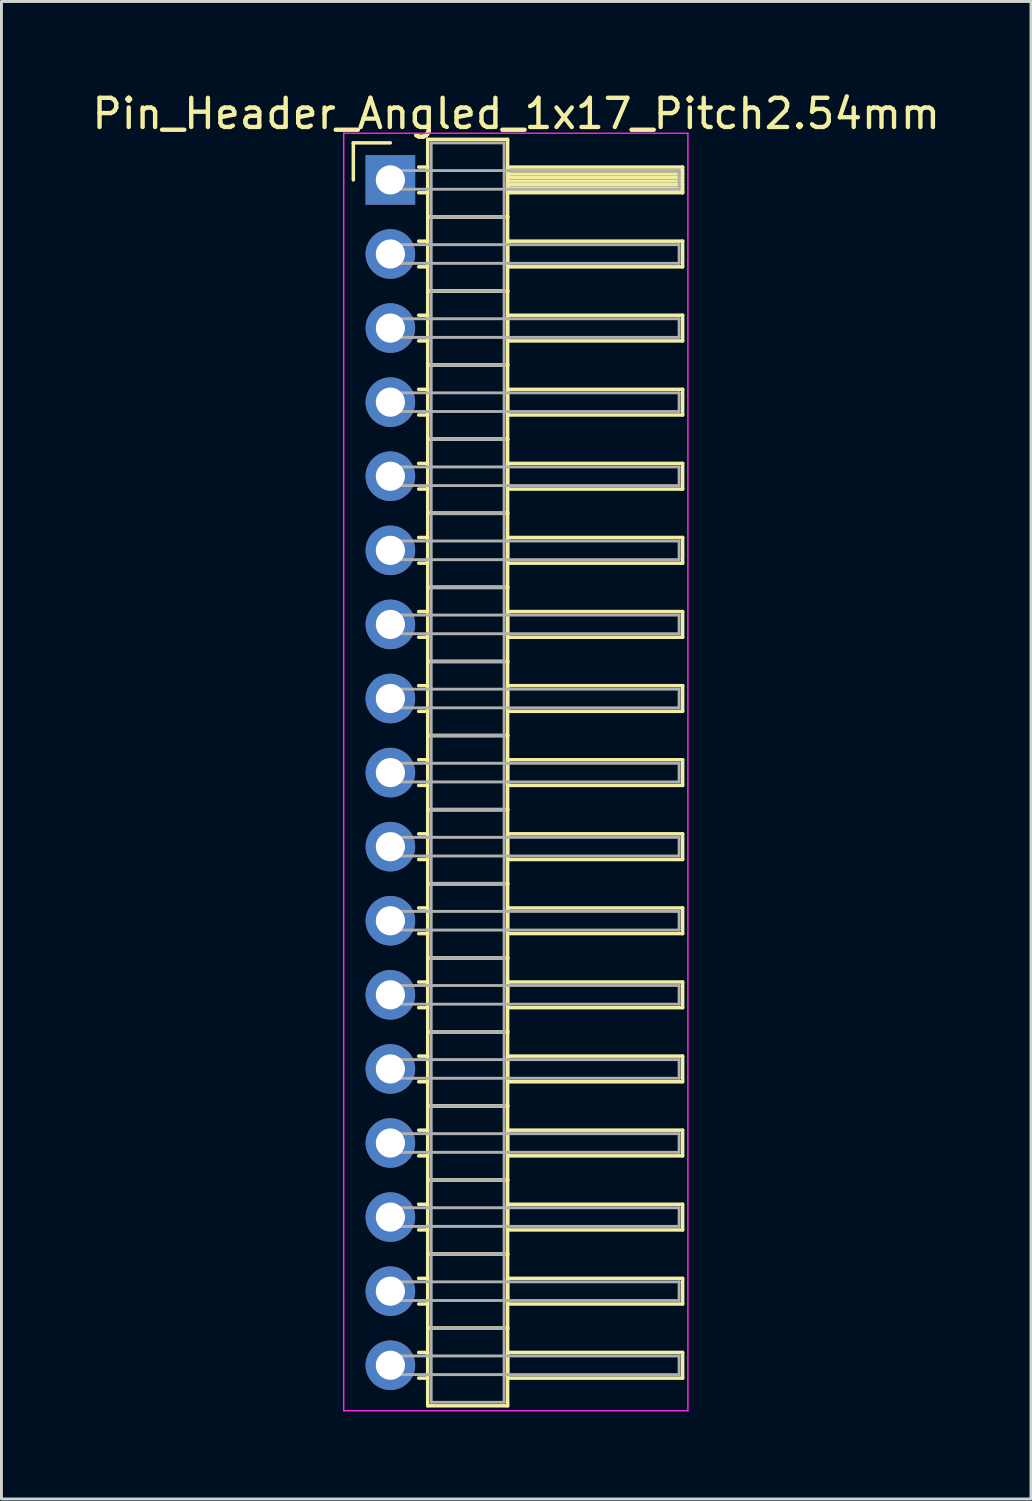
<source format=kicad_pcb>
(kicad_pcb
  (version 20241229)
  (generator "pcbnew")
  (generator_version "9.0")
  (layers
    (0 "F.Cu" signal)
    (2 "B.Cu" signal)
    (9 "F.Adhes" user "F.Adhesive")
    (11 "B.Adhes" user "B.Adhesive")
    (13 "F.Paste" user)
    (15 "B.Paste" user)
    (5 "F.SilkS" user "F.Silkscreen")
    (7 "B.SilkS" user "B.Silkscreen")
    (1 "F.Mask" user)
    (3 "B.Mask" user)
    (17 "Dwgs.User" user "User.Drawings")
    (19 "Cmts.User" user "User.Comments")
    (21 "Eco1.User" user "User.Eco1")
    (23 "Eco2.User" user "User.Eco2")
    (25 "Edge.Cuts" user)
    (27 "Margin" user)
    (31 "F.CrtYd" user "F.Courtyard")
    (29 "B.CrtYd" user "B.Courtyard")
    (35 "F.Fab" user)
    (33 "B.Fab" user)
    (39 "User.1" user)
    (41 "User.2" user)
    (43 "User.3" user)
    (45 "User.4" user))
  (footprint "Pin_Header_Angled_1x17_Pitch2.54mm"
    (layer "F.Cu")
    (at 10.334 3.118)
    (property "Reference" "Pin_Header_Angled_1x17_Pitch2.54mm" (at 4.315 -2.27 0) (layer "F.SilkS") (effects (font (size 1 1) (thickness 0.15))))
    (attr through_hole)
    (fp_line (start -1.27 -1.27) (end 0 -1.27) (stroke (width 0.12) (type solid)) (layer "F.SilkS"))
    (fp_line (start -1.27 0) (end -1.27 -1.27) (stroke (width 0.12) (type solid)) (layer "F.SilkS"))
    (fp_line (start 0.97 -0.44) (end 1.28 -0.44) (stroke (width 0.12) (type solid)) (layer "F.SilkS"))
    (fp_line (start 0.97 0.44) (end 1.28 0.44) (stroke (width 0.12) (type solid)) (layer "F.SilkS"))
    (fp_line (start 0.97 2.1) (end 1.28 2.1) (stroke (width 0.12) (type solid)) (layer "F.SilkS"))
    (fp_line (start 0.97 2.98) (end 1.28 2.98) (stroke (width 0.12) (type solid)) (layer "F.SilkS"))
    (fp_line (start 0.97 4.64) (end 1.28 4.64) (stroke (width 0.12) (type solid)) (layer "F.SilkS"))
    (fp_line (start 0.97 5.52) (end 1.28 5.52) (stroke (width 0.12) (type solid)) (layer "F.SilkS"))
    (fp_line (start 0.97 7.18) (end 1.28 7.18) (stroke (width 0.12) (type solid)) (layer "F.SilkS"))
    (fp_line (start 0.97 8.06) (end 1.28 8.06) (stroke (width 0.12) (type solid)) (layer "F.SilkS"))
    (fp_line (start 0.97 9.72) (end 1.28 9.72) (stroke (width 0.12) (type solid)) (layer "F.SilkS"))
    (fp_line (start 0.97 10.6) (end 1.28 10.6) (stroke (width 0.12) (type solid)) (layer "F.SilkS"))
    (fp_line (start 0.97 12.26) (end 1.28 12.26) (stroke (width 0.12) (type solid)) (layer "F.SilkS"))
    (fp_line (start 0.97 13.14) (end 1.28 13.14) (stroke (width 0.12) (type solid)) (layer "F.SilkS"))
    (fp_line (start 0.97 14.8) (end 1.28 14.8) (stroke (width 0.12) (type solid)) (layer "F.SilkS"))
    (fp_line (start 0.97 15.68) (end 1.28 15.68) (stroke (width 0.12) (type solid)) (layer "F.SilkS"))
    (fp_line (start 0.97 17.34) (end 1.28 17.34) (stroke (width 0.12) (type solid)) (layer "F.SilkS"))
    (fp_line (start 0.97 18.22) (end 1.28 18.22) (stroke (width 0.12) (type solid)) (layer "F.SilkS"))
    (fp_line (start 0.97 19.88) (end 1.28 19.88) (stroke (width 0.12) (type solid)) (layer "F.SilkS"))
    (fp_line (start 0.97 20.76) (end 1.28 20.76) (stroke (width 0.12) (type solid)) (layer "F.SilkS"))
    (fp_line (start 0.97 22.42) (end 1.28 22.42) (stroke (width 0.12) (type solid)) (layer "F.SilkS"))
    (fp_line (start 0.97 23.3) (end 1.28 23.3) (stroke (width 0.12) (type solid)) (layer "F.SilkS"))
    (fp_line (start 0.97 24.96) (end 1.28 24.96) (stroke (width 0.12) (type solid)) (layer "F.SilkS"))
    (fp_line (start 0.97 25.84) (end 1.28 25.84) (stroke (width 0.12) (type solid)) (layer "F.SilkS"))
    (fp_line (start 0.97 27.5) (end 1.28 27.5) (stroke (width 0.12) (type solid)) (layer "F.SilkS"))
    (fp_line (start 0.97 28.38) (end 1.28 28.38) (stroke (width 0.12) (type solid)) (layer "F.SilkS"))
    (fp_line (start 0.97 30.04) (end 1.28 30.04) (stroke (width 0.12) (type solid)) (layer "F.SilkS"))
    (fp_line (start 0.97 30.92) (end 1.28 30.92) (stroke (width 0.12) (type solid)) (layer "F.SilkS"))
    (fp_line (start 0.97 32.58) (end 1.28 32.58) (stroke (width 0.12) (type solid)) (layer "F.SilkS"))
    (fp_line (start 0.97 33.46) (end 1.28 33.46) (stroke (width 0.12) (type solid)) (layer "F.SilkS"))
    (fp_line (start 0.97 35.12) (end 1.28 35.12) (stroke (width 0.12) (type solid)) (layer "F.SilkS"))
    (fp_line (start 0.97 36) (end 1.28 36) (stroke (width 0.12) (type solid)) (layer "F.SilkS"))
    (fp_line (start 0.97 37.66) (end 1.28 37.66) (stroke (width 0.12) (type solid)) (layer "F.SilkS"))
    (fp_line (start 0.97 38.54) (end 1.28 38.54) (stroke (width 0.12) (type solid)) (layer "F.SilkS"))
    (fp_line (start 0.97 40.2) (end 1.28 40.2) (stroke (width 0.12) (type solid)) (layer "F.SilkS"))
    (fp_line (start 0.97 41.08) (end 1.28 41.08) (stroke (width 0.12) (type solid)) (layer "F.SilkS"))
    (fp_line (start 1.28 -1.39) (end 1.28 1.27) (stroke (width 0.12) (type solid)) (layer "F.SilkS"))
    (fp_line (start 1.28 1.27) (end 1.28 3.81) (stroke (width 0.12) (type solid)) (layer "F.SilkS"))
    (fp_line (start 1.28 1.27) (end 4.02 1.27) (stroke (width 0.12) (type solid)) (layer "F.SilkS"))
    (fp_line (start 1.28 3.81) (end 1.28 6.35) (stroke (width 0.12) (type solid)) (layer "F.SilkS"))
    (fp_line (start 1.28 3.81) (end 4.02 3.81) (stroke (width 0.12) (type solid)) (layer "F.SilkS"))
    (fp_line (start 1.28 6.35) (end 1.28 8.89) (stroke (width 0.12) (type solid)) (layer "F.SilkS"))
    (fp_line (start 1.28 6.35) (end 4.02 6.35) (stroke (width 0.12) (type solid)) (layer "F.SilkS"))
    (fp_line (start 1.28 8.89) (end 1.28 11.43) (stroke (width 0.12) (type solid)) (layer "F.SilkS"))
    (fp_line (start 1.28 8.89) (end 4.02 8.89) (stroke (width 0.12) (type solid)) (layer "F.SilkS"))
    (fp_line (start 1.28 11.43) (end 1.28 13.97) (stroke (width 0.12) (type solid)) (layer "F.SilkS"))
    (fp_line (start 1.28 11.43) (end 4.02 11.43) (stroke (width 0.12) (type solid)) (layer "F.SilkS"))
    (fp_line (start 1.28 13.97) (end 1.28 16.51) (stroke (width 0.12) (type solid)) (layer "F.SilkS"))
    (fp_line (start 1.28 13.97) (end 4.02 13.97) (stroke (width 0.12) (type solid)) (layer "F.SilkS"))
    (fp_line (start 1.28 16.51) (end 1.28 19.05) (stroke (width 0.12) (type solid)) (layer "F.SilkS"))
    (fp_line (start 1.28 16.51) (end 4.02 16.51) (stroke (width 0.12) (type solid)) (layer "F.SilkS"))
    (fp_line (start 1.28 19.05) (end 1.28 21.59) (stroke (width 0.12) (type solid)) (layer "F.SilkS"))
    (fp_line (start 1.28 19.05) (end 4.02 19.05) (stroke (width 0.12) (type solid)) (layer "F.SilkS"))
    (fp_line (start 1.28 21.59) (end 1.28 24.13) (stroke (width 0.12) (type solid)) (layer "F.SilkS"))
    (fp_line (start 1.28 21.59) (end 4.02 21.59) (stroke (width 0.12) (type solid)) (layer "F.SilkS"))
    (fp_line (start 1.28 24.13) (end 1.28 26.67) (stroke (width 0.12) (type solid)) (layer "F.SilkS"))
    (fp_line (start 1.28 24.13) (end 4.02 24.13) (stroke (width 0.12) (type solid)) (layer "F.SilkS"))
    (fp_line (start 1.28 26.67) (end 1.28 29.21) (stroke (width 0.12) (type solid)) (layer "F.SilkS"))
    (fp_line (start 1.28 26.67) (end 4.02 26.67) (stroke (width 0.12) (type solid)) (layer "F.SilkS"))
    (fp_line (start 1.28 29.21) (end 1.28 31.75) (stroke (width 0.12) (type solid)) (layer "F.SilkS"))
    (fp_line (start 1.28 29.21) (end 4.02 29.21) (stroke (width 0.12) (type solid)) (layer "F.SilkS"))
    (fp_line (start 1.28 31.75) (end 1.28 34.29) (stroke (width 0.12) (type solid)) (layer "F.SilkS"))
    (fp_line (start 1.28 31.75) (end 4.02 31.75) (stroke (width 0.12) (type solid)) (layer "F.SilkS"))
    (fp_line (start 1.28 34.29) (end 1.28 36.83) (stroke (width 0.12) (type solid)) (layer "F.SilkS"))
    (fp_line (start 1.28 34.29) (end 4.02 34.29) (stroke (width 0.12) (type solid)) (layer "F.SilkS"))
    (fp_line (start 1.28 36.83) (end 1.28 39.37) (stroke (width 0.12) (type solid)) (layer "F.SilkS"))
    (fp_line (start 1.28 36.83) (end 4.02 36.83) (stroke (width 0.12) (type solid)) (layer "F.SilkS"))
    (fp_line (start 1.28 39.37) (end 1.28 42.03) (stroke (width 0.12) (type solid)) (layer "F.SilkS"))
    (fp_line (start 1.28 39.37) (end 4.02 39.37) (stroke (width 0.12) (type solid)) (layer "F.SilkS"))
    (fp_line (start 1.28 42.03) (end 4.02 42.03) (stroke (width 0.12) (type solid)) (layer "F.SilkS"))
    (fp_line (start 4.02 -1.39) (end 1.28 -1.39) (stroke (width 0.12) (type solid)) (layer "F.SilkS"))
    (fp_line (start 4.02 -0.44) (end 4.02 0.44) (stroke (width 0.12) (type solid)) (layer "F.SilkS"))
    (fp_line (start 4.02 -0.32) (end 10.02 -0.32) (stroke (width 0.12) (type solid)) (layer "F.SilkS"))
    (fp_line (start 4.02 -0.2) (end 10.02 -0.2) (stroke (width 0.12) (type solid)) (layer "F.SilkS"))
    (fp_line (start 4.02 -0.08) (end 10.02 -0.08) (stroke (width 0.12) (type solid)) (layer "F.SilkS"))
    (fp_line (start 4.02 0.04) (end 10.02 0.04) (stroke (width 0.12) (type solid)) (layer "F.SilkS"))
    (fp_line (start 4.02 0.16) (end 10.02 0.16) (stroke (width 0.12) (type solid)) (layer "F.SilkS"))
    (fp_line (start 4.02 0.28) (end 10.02 0.28) (stroke (width 0.12) (type solid)) (layer "F.SilkS"))
    (fp_line (start 4.02 0.4) (end 10.02 0.4) (stroke (width 0.12) (type solid)) (layer "F.SilkS"))
    (fp_line (start 4.02 0.44) (end 10.02 0.44) (stroke (width 0.12) (type solid)) (layer "F.SilkS"))
    (fp_line (start 4.02 1.27) (end 1.28 1.27) (stroke (width 0.12) (type solid)) (layer "F.SilkS"))
    (fp_line (start 4.02 1.27) (end 4.02 -1.39) (stroke (width 0.12) (type solid)) (layer "F.SilkS"))
    (fp_line (start 4.02 2.1) (end 4.02 2.98) (stroke (width 0.12) (type solid)) (layer "F.SilkS"))
    (fp_line (start 4.02 2.98) (end 10.02 2.98) (stroke (width 0.12) (type solid)) (layer "F.SilkS"))
    (fp_line (start 4.02 3.81) (end 1.28 3.81) (stroke (width 0.12) (type solid)) (layer "F.SilkS"))
    (fp_line (start 4.02 3.81) (end 4.02 1.27) (stroke (width 0.12) (type solid)) (layer "F.SilkS"))
    (fp_line (start 4.02 4.64) (end 4.02 5.52) (stroke (width 0.12) (type solid)) (layer "F.SilkS"))
    (fp_line (start 4.02 5.52) (end 10.02 5.52) (stroke (width 0.12) (type solid)) (layer "F.SilkS"))
    (fp_line (start 4.02 6.35) (end 1.28 6.35) (stroke (width 0.12) (type solid)) (layer "F.SilkS"))
    (fp_line (start 4.02 6.35) (end 4.02 3.81) (stroke (width 0.12) (type solid)) (layer "F.SilkS"))
    (fp_line (start 4.02 7.18) (end 4.02 8.06) (stroke (width 0.12) (type solid)) (layer "F.SilkS"))
    (fp_line (start 4.02 8.06) (end 10.02 8.06) (stroke (width 0.12) (type solid)) (layer "F.SilkS"))
    (fp_line (start 4.02 8.89) (end 1.28 8.89) (stroke (width 0.12) (type solid)) (layer "F.SilkS"))
    (fp_line (start 4.02 8.89) (end 4.02 6.35) (stroke (width 0.12) (type solid)) (layer "F.SilkS"))
    (fp_line (start 4.02 9.72) (end 4.02 10.6) (stroke (width 0.12) (type solid)) (layer "F.SilkS"))
    (fp_line (start 4.02 10.6) (end 10.02 10.6) (stroke (width 0.12) (type solid)) (layer "F.SilkS"))
    (fp_line (start 4.02 11.43) (end 1.28 11.43) (stroke (width 0.12) (type solid)) (layer "F.SilkS"))
    (fp_line (start 4.02 11.43) (end 4.02 8.89) (stroke (width 0.12) (type solid)) (layer "F.SilkS"))
    (fp_line (start 4.02 12.26) (end 4.02 13.14) (stroke (width 0.12) (type solid)) (layer "F.SilkS"))
    (fp_line (start 4.02 13.14) (end 10.02 13.14) (stroke (width 0.12) (type solid)) (layer "F.SilkS"))
    (fp_line (start 4.02 13.97) (end 1.28 13.97) (stroke (width 0.12) (type solid)) (layer "F.SilkS"))
    (fp_line (start 4.02 13.97) (end 4.02 11.43) (stroke (width 0.12) (type solid)) (layer "F.SilkS"))
    (fp_line (start 4.02 14.8) (end 4.02 15.68) (stroke (width 0.12) (type solid)) (layer "F.SilkS"))
    (fp_line (start 4.02 15.68) (end 10.02 15.68) (stroke (width 0.12) (type solid)) (layer "F.SilkS"))
    (fp_line (start 4.02 16.51) (end 1.28 16.51) (stroke (width 0.12) (type solid)) (layer "F.SilkS"))
    (fp_line (start 4.02 16.51) (end 4.02 13.97) (stroke (width 0.12) (type solid)) (layer "F.SilkS"))
    (fp_line (start 4.02 17.34) (end 4.02 18.22) (stroke (width 0.12) (type solid)) (layer "F.SilkS"))
    (fp_line (start 4.02 18.22) (end 10.02 18.22) (stroke (width 0.12) (type solid)) (layer "F.SilkS"))
    (fp_line (start 4.02 19.05) (end 1.28 19.05) (stroke (width 0.12) (type solid)) (layer "F.SilkS"))
    (fp_line (start 4.02 19.05) (end 4.02 16.51) (stroke (width 0.12) (type solid)) (layer "F.SilkS"))
    (fp_line (start 4.02 19.88) (end 4.02 20.76) (stroke (width 0.12) (type solid)) (layer "F.SilkS"))
    (fp_line (start 4.02 20.76) (end 10.02 20.76) (stroke (width 0.12) (type solid)) (layer "F.SilkS"))
    (fp_line (start 4.02 21.59) (end 1.28 21.59) (stroke (width 0.12) (type solid)) (layer "F.SilkS"))
    (fp_line (start 4.02 21.59) (end 4.02 19.05) (stroke (width 0.12) (type solid)) (layer "F.SilkS"))
    (fp_line (start 4.02 22.42) (end 4.02 23.3) (stroke (width 0.12) (type solid)) (layer "F.SilkS"))
    (fp_line (start 4.02 23.3) (end 10.02 23.3) (stroke (width 0.12) (type solid)) (layer "F.SilkS"))
    (fp_line (start 4.02 24.13) (end 1.28 24.13) (stroke (width 0.12) (type solid)) (layer "F.SilkS"))
    (fp_line (start 4.02 24.13) (end 4.02 21.59) (stroke (width 0.12) (type solid)) (layer "F.SilkS"))
    (fp_line (start 4.02 24.96) (end 4.02 25.84) (stroke (width 0.12) (type solid)) (layer "F.SilkS"))
    (fp_line (start 4.02 25.84) (end 10.02 25.84) (stroke (width 0.12) (type solid)) (layer "F.SilkS"))
    (fp_line (start 4.02 26.67) (end 1.28 26.67) (stroke (width 0.12) (type solid)) (layer "F.SilkS"))
    (fp_line (start 4.02 26.67) (end 4.02 24.13) (stroke (width 0.12) (type solid)) (layer "F.SilkS"))
    (fp_line (start 4.02 27.5) (end 4.02 28.38) (stroke (width 0.12) (type solid)) (layer "F.SilkS"))
    (fp_line (start 4.02 28.38) (end 10.02 28.38) (stroke (width 0.12) (type solid)) (layer "F.SilkS"))
    (fp_line (start 4.02 29.21) (end 1.28 29.21) (stroke (width 0.12) (type solid)) (layer "F.SilkS"))
    (fp_line (start 4.02 29.21) (end 4.02 26.67) (stroke (width 0.12) (type solid)) (layer "F.SilkS"))
    (fp_line (start 4.02 30.04) (end 4.02 30.92) (stroke (width 0.12) (type solid)) (layer "F.SilkS"))
    (fp_line (start 4.02 30.92) (end 10.02 30.92) (stroke (width 0.12) (type solid)) (layer "F.SilkS"))
    (fp_line (start 4.02 31.75) (end 1.28 31.75) (stroke (width 0.12) (type solid)) (layer "F.SilkS"))
    (fp_line (start 4.02 31.75) (end 4.02 29.21) (stroke (width 0.12) (type solid)) (layer "F.SilkS"))
    (fp_line (start 4.02 32.58) (end 4.02 33.46) (stroke (width 0.12) (type solid)) (layer "F.SilkS"))
    (fp_line (start 4.02 33.46) (end 10.02 33.46) (stroke (width 0.12) (type solid)) (layer "F.SilkS"))
    (fp_line (start 4.02 34.29) (end 1.28 34.29) (stroke (width 0.12) (type solid)) (layer "F.SilkS"))
    (fp_line (start 4.02 34.29) (end 4.02 31.75) (stroke (width 0.12) (type solid)) (layer "F.SilkS"))
    (fp_line (start 4.02 35.12) (end 4.02 36) (stroke (width 0.12) (type solid)) (layer "F.SilkS"))
    (fp_line (start 4.02 36) (end 10.02 36) (stroke (width 0.12) (type solid)) (layer "F.SilkS"))
    (fp_line (start 4.02 36.83) (end 1.28 36.83) (stroke (width 0.12) (type solid)) (layer "F.SilkS"))
    (fp_line (start 4.02 36.83) (end 4.02 34.29) (stroke (width 0.12) (type solid)) (layer "F.SilkS"))
    (fp_line (start 4.02 37.66) (end 4.02 38.54) (stroke (width 0.12) (type solid)) (layer "F.SilkS"))
    (fp_line (start 4.02 38.54) (end 10.02 38.54) (stroke (width 0.12) (type solid)) (layer "F.SilkS"))
    (fp_line (start 4.02 39.37) (end 1.28 39.37) (stroke (width 0.12) (type solid)) (layer "F.SilkS"))
    (fp_line (start 4.02 39.37) (end 4.02 36.83) (stroke (width 0.12) (type solid)) (layer "F.SilkS"))
    (fp_line (start 4.02 40.2) (end 4.02 41.08) (stroke (width 0.12) (type solid)) (layer "F.SilkS"))
    (fp_line (start 4.02 41.08) (end 10.02 41.08) (stroke (width 0.12) (type solid)) (layer "F.SilkS"))
    (fp_line (start 4.02 42.03) (end 4.02 39.37) (stroke (width 0.12) (type solid)) (layer "F.SilkS"))
    (fp_line (start 10.02 -0.44) (end 4.02 -0.44) (stroke (width 0.12) (type solid)) (layer "F.SilkS"))
    (fp_line (start 10.02 0.44) (end 10.02 -0.44) (stroke (width 0.12) (type solid)) (layer "F.SilkS"))
    (fp_line (start 10.02 2.1) (end 4.02 2.1) (stroke (width 0.12) (type solid)) (layer "F.SilkS"))
    (fp_line (start 10.02 2.98) (end 10.02 2.1) (stroke (width 0.12) (type solid)) (layer "F.SilkS"))
    (fp_line (start 10.02 4.64) (end 4.02 4.64) (stroke (width 0.12) (type solid)) (layer "F.SilkS"))
    (fp_line (start 10.02 5.52) (end 10.02 4.64) (stroke (width 0.12) (type solid)) (layer "F.SilkS"))
    (fp_line (start 10.02 7.18) (end 4.02 7.18) (stroke (width 0.12) (type solid)) (layer "F.SilkS"))
    (fp_line (start 10.02 8.06) (end 10.02 7.18) (stroke (width 0.12) (type solid)) (layer "F.SilkS"))
    (fp_line (start 10.02 9.72) (end 4.02 9.72) (stroke (width 0.12) (type solid)) (layer "F.SilkS"))
    (fp_line (start 10.02 10.6) (end 10.02 9.72) (stroke (width 0.12) (type solid)) (layer "F.SilkS"))
    (fp_line (start 10.02 12.26) (end 4.02 12.26) (stroke (width 0.12) (type solid)) (layer "F.SilkS"))
    (fp_line (start 10.02 13.14) (end 10.02 12.26) (stroke (width 0.12) (type solid)) (layer "F.SilkS"))
    (fp_line (start 10.02 14.8) (end 4.02 14.8) (stroke (width 0.12) (type solid)) (layer "F.SilkS"))
    (fp_line (start 10.02 15.68) (end 10.02 14.8) (stroke (width 0.12) (type solid)) (layer "F.SilkS"))
    (fp_line (start 10.02 17.34) (end 4.02 17.34) (stroke (width 0.12) (type solid)) (layer "F.SilkS"))
    (fp_line (start 10.02 18.22) (end 10.02 17.34) (stroke (width 0.12) (type solid)) (layer "F.SilkS"))
    (fp_line (start 10.02 19.88) (end 4.02 19.88) (stroke (width 0.12) (type solid)) (layer "F.SilkS"))
    (fp_line (start 10.02 20.76) (end 10.02 19.88) (stroke (width 0.12) (type solid)) (layer "F.SilkS"))
    (fp_line (start 10.02 22.42) (end 4.02 22.42) (stroke (width 0.12) (type solid)) (layer "F.SilkS"))
    (fp_line (start 10.02 23.3) (end 10.02 22.42) (stroke (width 0.12) (type solid)) (layer "F.SilkS"))
    (fp_line (start 10.02 24.96) (end 4.02 24.96) (stroke (width 0.12) (type solid)) (layer "F.SilkS"))
    (fp_line (start 10.02 25.84) (end 10.02 24.96) (stroke (width 0.12) (type solid)) (layer "F.SilkS"))
    (fp_line (start 10.02 27.5) (end 4.02 27.5) (stroke (width 0.12) (type solid)) (layer "F.SilkS"))
    (fp_line (start 10.02 28.38) (end 10.02 27.5) (stroke (width 0.12) (type solid)) (layer "F.SilkS"))
    (fp_line (start 10.02 30.04) (end 4.02 30.04) (stroke (width 0.12) (type solid)) (layer "F.SilkS"))
    (fp_line (start 10.02 30.92) (end 10.02 30.04) (stroke (width 0.12) (type solid)) (layer "F.SilkS"))
    (fp_line (start 10.02 32.58) (end 4.02 32.58) (stroke (width 0.12) (type solid)) (layer "F.SilkS"))
    (fp_line (start 10.02 33.46) (end 10.02 32.58) (stroke (width 0.12) (type solid)) (layer "F.SilkS"))
    (fp_line (start 10.02 35.12) (end 4.02 35.12) (stroke (width 0.12) (type solid)) (layer "F.SilkS"))
    (fp_line (start 10.02 36) (end 10.02 35.12) (stroke (width 0.12) (type solid)) (layer "F.SilkS"))
    (fp_line (start 10.02 37.66) (end 4.02 37.66) (stroke (width 0.12) (type solid)) (layer "F.SilkS"))
    (fp_line (start 10.02 38.54) (end 10.02 37.66) (stroke (width 0.12) (type solid)) (layer "F.SilkS"))
    (fp_line (start 10.02 40.2) (end 4.02 40.2) (stroke (width 0.12) (type solid)) (layer "F.SilkS"))
    (fp_line (start 10.02 41.08) (end 10.02 40.2) (stroke (width 0.12) (type solid)) (layer "F.SilkS"))
    (fp_line (start -1.6 -1.6) (end -1.6 42.2) (stroke (width 0.05) (type solid)) (layer "F.CrtYd"))
    (fp_line (start -1.6 42.2) (end 10.2 42.2) (stroke (width 0.05) (type solid)) (layer "F.CrtYd"))
    (fp_line (start 10.2 -1.6) (end -1.6 -1.6) (stroke (width 0.05) (type solid)) (layer "F.CrtYd"))
    (fp_line (start 10.2 42.2) (end 10.2 -1.6) (stroke (width 0.05) (type solid)) (layer "F.CrtYd"))
    (fp_line (start 0 -0.32) (end 0 0.32) (stroke (width 0.1) (type solid)) (layer "F.Fab"))
    (fp_line (start 0 0.32) (end 9.9 0.32) (stroke (width 0.1) (type solid)) (layer "F.Fab"))
    (fp_line (start 0 2.22) (end 0 2.86) (stroke (width 0.1) (type solid)) (layer "F.Fab"))
    (fp_line (start 0 2.86) (end 9.9 2.86) (stroke (width 0.1) (type solid)) (layer "F.Fab"))
    (fp_line (start 0 4.76) (end 0 5.4) (stroke (width 0.1) (type solid)) (layer "F.Fab"))
    (fp_line (start 0 5.4) (end 9.9 5.4) (stroke (width 0.1) (type solid)) (layer "F.Fab"))
    (fp_line (start 0 7.3) (end 0 7.94) (stroke (width 0.1) (type solid)) (layer "F.Fab"))
    (fp_line (start 0 7.94) (end 9.9 7.94) (stroke (width 0.1) (type solid)) (layer "F.Fab"))
    (fp_line (start 0 9.84) (end 0 10.48) (stroke (width 0.1) (type solid)) (layer "F.Fab"))
    (fp_line (start 0 10.48) (end 9.9 10.48) (stroke (width 0.1) (type solid)) (layer "F.Fab"))
    (fp_line (start 0 12.38) (end 0 13.02) (stroke (width 0.1) (type solid)) (layer "F.Fab"))
    (fp_line (start 0 13.02) (end 9.9 13.02) (stroke (width 0.1) (type solid)) (layer "F.Fab"))
    (fp_line (start 0 14.92) (end 0 15.56) (stroke (width 0.1) (type solid)) (layer "F.Fab"))
    (fp_line (start 0 15.56) (end 9.9 15.56) (stroke (width 0.1) (type solid)) (layer "F.Fab"))
    (fp_line (start 0 17.46) (end 0 18.1) (stroke (width 0.1) (type solid)) (layer "F.Fab"))
    (fp_line (start 0 18.1) (end 9.9 18.1) (stroke (width 0.1) (type solid)) (layer "F.Fab"))
    (fp_line (start 0 20) (end 0 20.64) (stroke (width 0.1) (type solid)) (layer "F.Fab"))
    (fp_line (start 0 20.64) (end 9.9 20.64) (stroke (width 0.1) (type solid)) (layer "F.Fab"))
    (fp_line (start 0 22.54) (end 0 23.18) (stroke (width 0.1) (type solid)) (layer "F.Fab"))
    (fp_line (start 0 23.18) (end 9.9 23.18) (stroke (width 0.1) (type solid)) (layer "F.Fab"))
    (fp_line (start 0 25.08) (end 0 25.72) (stroke (width 0.1) (type solid)) (layer "F.Fab"))
    (fp_line (start 0 25.72) (end 9.9 25.72) (stroke (width 0.1) (type solid)) (layer "F.Fab"))
    (fp_line (start 0 27.62) (end 0 28.26) (stroke (width 0.1) (type solid)) (layer "F.Fab"))
    (fp_line (start 0 28.26) (end 9.9 28.26) (stroke (width 0.1) (type solid)) (layer "F.Fab"))
    (fp_line (start 0 30.16) (end 0 30.8) (stroke (width 0.1) (type solid)) (layer "F.Fab"))
    (fp_line (start 0 30.8) (end 9.9 30.8) (stroke (width 0.1) (type solid)) (layer "F.Fab"))
    (fp_line (start 0 32.7) (end 0 33.34) (stroke (width 0.1) (type solid)) (layer "F.Fab"))
    (fp_line (start 0 33.34) (end 9.9 33.34) (stroke (width 0.1) (type solid)) (layer "F.Fab"))
    (fp_line (start 0 35.24) (end 0 35.88) (stroke (width 0.1) (type solid)) (layer "F.Fab"))
    (fp_line (start 0 35.88) (end 9.9 35.88) (stroke (width 0.1) (type solid)) (layer "F.Fab"))
    (fp_line (start 0 37.78) (end 0 38.42) (stroke (width 0.1) (type solid)) (layer "F.Fab"))
    (fp_line (start 0 38.42) (end 9.9 38.42) (stroke (width 0.1) (type solid)) (layer "F.Fab"))
    (fp_line (start 0 40.32) (end 0 40.96) (stroke (width 0.1) (type solid)) (layer "F.Fab"))
    (fp_line (start 0 40.96) (end 9.9 40.96) (stroke (width 0.1) (type solid)) (layer "F.Fab"))
    (fp_line (start 1.4 -1.27) (end 1.4 1.27) (stroke (width 0.1) (type solid)) (layer "F.Fab"))
    (fp_line (start 1.4 1.27) (end 1.4 3.81) (stroke (width 0.1) (type solid)) (layer "F.Fab"))
    (fp_line (start 1.4 1.27) (end 3.9 1.27) (stroke (width 0.1) (type solid)) (layer "F.Fab"))
    (fp_line (start 1.4 3.81) (end 1.4 6.35) (stroke (width 0.1) (type solid)) (layer "F.Fab"))
    (fp_line (start 1.4 3.81) (end 3.9 3.81) (stroke (width 0.1) (type solid)) (layer "F.Fab"))
    (fp_line (start 1.4 6.35) (end 1.4 8.89) (stroke (width 0.1) (type solid)) (layer "F.Fab"))
    (fp_line (start 1.4 6.35) (end 3.9 6.35) (stroke (width 0.1) (type solid)) (layer "F.Fab"))
    (fp_line (start 1.4 8.89) (end 1.4 11.43) (stroke (width 0.1) (type solid)) (layer "F.Fab"))
    (fp_line (start 1.4 8.89) (end 3.9 8.89) (stroke (width 0.1) (type solid)) (layer "F.Fab"))
    (fp_line (start 1.4 11.43) (end 1.4 13.97) (stroke (width 0.1) (type solid)) (layer "F.Fab"))
    (fp_line (start 1.4 11.43) (end 3.9 11.43) (stroke (width 0.1) (type solid)) (layer "F.Fab"))
    (fp_line (start 1.4 13.97) (end 1.4 16.51) (stroke (width 0.1) (type solid)) (layer "F.Fab"))
    (fp_line (start 1.4 13.97) (end 3.9 13.97) (stroke (width 0.1) (type solid)) (layer "F.Fab"))
    (fp_line (start 1.4 16.51) (end 1.4 19.05) (stroke (width 0.1) (type solid)) (layer "F.Fab"))
    (fp_line (start 1.4 16.51) (end 3.9 16.51) (stroke (width 0.1) (type solid)) (layer "F.Fab"))
    (fp_line (start 1.4 19.05) (end 1.4 21.59) (stroke (width 0.1) (type solid)) (layer "F.Fab"))
    (fp_line (start 1.4 19.05) (end 3.9 19.05) (stroke (width 0.1) (type solid)) (layer "F.Fab"))
    (fp_line (start 1.4 21.59) (end 1.4 24.13) (stroke (width 0.1) (type solid)) (layer "F.Fab"))
    (fp_line (start 1.4 21.59) (end 3.9 21.59) (stroke (width 0.1) (type solid)) (layer "F.Fab"))
    (fp_line (start 1.4 24.13) (end 1.4 26.67) (stroke (width 0.1) (type solid)) (layer "F.Fab"))
    (fp_line (start 1.4 24.13) (end 3.9 24.13) (stroke (width 0.1) (type solid)) (layer "F.Fab"))
    (fp_line (start 1.4 26.67) (end 1.4 29.21) (stroke (width 0.1) (type solid)) (layer "F.Fab"))
    (fp_line (start 1.4 26.67) (end 3.9 26.67) (stroke (width 0.1) (type solid)) (layer "F.Fab"))
    (fp_line (start 1.4 29.21) (end 1.4 31.75) (stroke (width 0.1) (type solid)) (layer "F.Fab"))
    (fp_line (start 1.4 29.21) (end 3.9 29.21) (stroke (width 0.1) (type solid)) (layer "F.Fab"))
    (fp_line (start 1.4 31.75) (end 1.4 34.29) (stroke (width 0.1) (type solid)) (layer "F.Fab"))
    (fp_line (start 1.4 31.75) (end 3.9 31.75) (stroke (width 0.1) (type solid)) (layer "F.Fab"))
    (fp_line (start 1.4 34.29) (end 1.4 36.83) (stroke (width 0.1) (type solid)) (layer "F.Fab"))
    (fp_line (start 1.4 34.29) (end 3.9 34.29) (stroke (width 0.1) (type solid)) (layer "F.Fab"))
    (fp_line (start 1.4 36.83) (end 1.4 39.37) (stroke (width 0.1) (type solid)) (layer "F.Fab"))
    (fp_line (start 1.4 36.83) (end 3.9 36.83) (stroke (width 0.1) (type solid)) (layer "F.Fab"))
    (fp_line (start 1.4 39.37) (end 1.4 41.91) (stroke (width 0.1) (type solid)) (layer "F.Fab"))
    (fp_line (start 1.4 39.37) (end 3.9 39.37) (stroke (width 0.1) (type solid)) (layer "F.Fab"))
    (fp_line (start 1.4 41.91) (end 3.9 41.91) (stroke (width 0.1) (type solid)) (layer "F.Fab"))
    (fp_line (start 3.9 -1.27) (end 1.4 -1.27) (stroke (width 0.1) (type solid)) (layer "F.Fab"))
    (fp_line (start 3.9 1.27) (end 1.4 1.27) (stroke (width 0.1) (type solid)) (layer "F.Fab"))
    (fp_line (start 3.9 1.27) (end 3.9 -1.27) (stroke (width 0.1) (type solid)) (layer "F.Fab"))
    (fp_line (start 3.9 3.81) (end 1.4 3.81) (stroke (width 0.1) (type solid)) (layer "F.Fab"))
    (fp_line (start 3.9 3.81) (end 3.9 1.27) (stroke (width 0.1) (type solid)) (layer "F.Fab"))
    (fp_line (start 3.9 6.35) (end 1.4 6.35) (stroke (width 0.1) (type solid)) (layer "F.Fab"))
    (fp_line (start 3.9 6.35) (end 3.9 3.81) (stroke (width 0.1) (type solid)) (layer "F.Fab"))
    (fp_line (start 3.9 8.89) (end 1.4 8.89) (stroke (width 0.1) (type solid)) (layer "F.Fab"))
    (fp_line (start 3.9 8.89) (end 3.9 6.35) (stroke (width 0.1) (type solid)) (layer "F.Fab"))
    (fp_line (start 3.9 11.43) (end 1.4 11.43) (stroke (width 0.1) (type solid)) (layer "F.Fab"))
    (fp_line (start 3.9 11.43) (end 3.9 8.89) (stroke (width 0.1) (type solid)) (layer "F.Fab"))
    (fp_line (start 3.9 13.97) (end 1.4 13.97) (stroke (width 0.1) (type solid)) (layer "F.Fab"))
    (fp_line (start 3.9 13.97) (end 3.9 11.43) (stroke (width 0.1) (type solid)) (layer "F.Fab"))
    (fp_line (start 3.9 16.51) (end 1.4 16.51) (stroke (width 0.1) (type solid)) (layer "F.Fab"))
    (fp_line (start 3.9 16.51) (end 3.9 13.97) (stroke (width 0.1) (type solid)) (layer "F.Fab"))
    (fp_line (start 3.9 19.05) (end 1.4 19.05) (stroke (width 0.1) (type solid)) (layer "F.Fab"))
    (fp_line (start 3.9 19.05) (end 3.9 16.51) (stroke (width 0.1) (type solid)) (layer "F.Fab"))
    (fp_line (start 3.9 21.59) (end 1.4 21.59) (stroke (width 0.1) (type solid)) (layer "F.Fab"))
    (fp_line (start 3.9 21.59) (end 3.9 19.05) (stroke (width 0.1) (type solid)) (layer "F.Fab"))
    (fp_line (start 3.9 24.13) (end 1.4 24.13) (stroke (width 0.1) (type solid)) (layer "F.Fab"))
    (fp_line (start 3.9 24.13) (end 3.9 21.59) (stroke (width 0.1) (type solid)) (layer "F.Fab"))
    (fp_line (start 3.9 26.67) (end 1.4 26.67) (stroke (width 0.1) (type solid)) (layer "F.Fab"))
    (fp_line (start 3.9 26.67) (end 3.9 24.13) (stroke (width 0.1) (type solid)) (layer "F.Fab"))
    (fp_line (start 3.9 29.21) (end 1.4 29.21) (stroke (width 0.1) (type solid)) (layer "F.Fab"))
    (fp_line (start 3.9 29.21) (end 3.9 26.67) (stroke (width 0.1) (type solid)) (layer "F.Fab"))
    (fp_line (start 3.9 31.75) (end 1.4 31.75) (stroke (width 0.1) (type solid)) (layer "F.Fab"))
    (fp_line (start 3.9 31.75) (end 3.9 29.21) (stroke (width 0.1) (type solid)) (layer "F.Fab"))
    (fp_line (start 3.9 34.29) (end 1.4 34.29) (stroke (width 0.1) (type solid)) (layer "F.Fab"))
    (fp_line (start 3.9 34.29) (end 3.9 31.75) (stroke (width 0.1) (type solid)) (layer "F.Fab"))
    (fp_line (start 3.9 36.83) (end 1.4 36.83) (stroke (width 0.1) (type solid)) (layer "F.Fab"))
    (fp_line (start 3.9 36.83) (end 3.9 34.29) (stroke (width 0.1) (type solid)) (layer "F.Fab"))
    (fp_line (start 3.9 39.37) (end 1.4 39.37) (stroke (width 0.1) (type solid)) (layer "F.Fab"))
    (fp_line (start 3.9 39.37) (end 3.9 36.83) (stroke (width 0.1) (type solid)) (layer "F.Fab"))
    (fp_line (start 3.9 41.91) (end 3.9 39.37) (stroke (width 0.1) (type solid)) (layer "F.Fab"))
    (fp_line (start 9.9 -0.32) (end 0 -0.32) (stroke (width 0.1) (type solid)) (layer "F.Fab"))
    (fp_line (start 9.9 0.32) (end 9.9 -0.32) (stroke (width 0.1) (type solid)) (layer "F.Fab"))
    (fp_line (start 9.9 2.22) (end 0 2.22) (stroke (width 0.1) (type solid)) (layer "F.Fab"))
    (fp_line (start 9.9 2.86) (end 9.9 2.22) (stroke (width 0.1) (type solid)) (layer "F.Fab"))
    (fp_line (start 9.9 4.76) (end 0 4.76) (stroke (width 0.1) (type solid)) (layer "F.Fab"))
    (fp_line (start 9.9 5.4) (end 9.9 4.76) (stroke (width 0.1) (type solid)) (layer "F.Fab"))
    (fp_line (start 9.9 7.3) (end 0 7.3) (stroke (width 0.1) (type solid)) (layer "F.Fab"))
    (fp_line (start 9.9 7.94) (end 9.9 7.3) (stroke (width 0.1) (type solid)) (layer "F.Fab"))
    (fp_line (start 9.9 9.84) (end 0 9.84) (stroke (width 0.1) (type solid)) (layer "F.Fab"))
    (fp_line (start 9.9 10.48) (end 9.9 9.84) (stroke (width 0.1) (type solid)) (layer "F.Fab"))
    (fp_line (start 9.9 12.38) (end 0 12.38) (stroke (width 0.1) (type solid)) (layer "F.Fab"))
    (fp_line (start 9.9 13.02) (end 9.9 12.38) (stroke (width 0.1) (type solid)) (layer "F.Fab"))
    (fp_line (start 9.9 14.92) (end 0 14.92) (stroke (width 0.1) (type solid)) (layer "F.Fab"))
    (fp_line (start 9.9 15.56) (end 9.9 14.92) (stroke (width 0.1) (type solid)) (layer "F.Fab"))
    (fp_line (start 9.9 17.46) (end 0 17.46) (stroke (width 0.1) (type solid)) (layer "F.Fab"))
    (fp_line (start 9.9 18.1) (end 9.9 17.46) (stroke (width 0.1) (type solid)) (layer "F.Fab"))
    (fp_line (start 9.9 20) (end 0 20) (stroke (width 0.1) (type solid)) (layer "F.Fab"))
    (fp_line (start 9.9 20.64) (end 9.9 20) (stroke (width 0.1) (type solid)) (layer "F.Fab"))
    (fp_line (start 9.9 22.54) (end 0 22.54) (stroke (width 0.1) (type solid)) (layer "F.Fab"))
    (fp_line (start 9.9 23.18) (end 9.9 22.54) (stroke (width 0.1) (type solid)) (layer "F.Fab"))
    (fp_line (start 9.9 25.08) (end 0 25.08) (stroke (width 0.1) (type solid)) (layer "F.Fab"))
    (fp_line (start 9.9 25.72) (end 9.9 25.08) (stroke (width 0.1) (type solid)) (layer "F.Fab"))
    (fp_line (start 9.9 27.62) (end 0 27.62) (stroke (width 0.1) (type solid)) (layer "F.Fab"))
    (fp_line (start 9.9 28.26) (end 9.9 27.62) (stroke (width 0.1) (type solid)) (layer "F.Fab"))
    (fp_line (start 9.9 30.16) (end 0 30.16) (stroke (width 0.1) (type solid)) (layer "F.Fab"))
    (fp_line (start 9.9 30.8) (end 9.9 30.16) (stroke (width 0.1) (type solid)) (layer "F.Fab"))
    (fp_line (start 9.9 32.7) (end 0 32.7) (stroke (width 0.1) (type solid)) (layer "F.Fab"))
    (fp_line (start 9.9 33.34) (end 9.9 32.7) (stroke (width 0.1) (type solid)) (layer "F.Fab"))
    (fp_line (start 9.9 35.24) (end 0 35.24) (stroke (width 0.1) (type solid)) (layer "F.Fab"))
    (fp_line (start 9.9 35.88) (end 9.9 35.24) (stroke (width 0.1) (type solid)) (layer "F.Fab"))
    (fp_line (start 9.9 37.78) (end 0 37.78) (stroke (width 0.1) (type solid)) (layer "F.Fab"))
    (fp_line (start 9.9 38.42) (end 9.9 37.78) (stroke (width 0.1) (type solid)) (layer "F.Fab"))
    (fp_line (start 9.9 40.32) (end 0 40.32) (stroke (width 0.1) (type solid)) (layer "F.Fab"))
    (fp_line (start 9.9 40.96) (end 9.9 40.32) (stroke (width 0.1) (type solid)) (layer "F.Fab"))
    (pad "1" thru_hole rect (at 0 0) (size 1.7 1.7) (drill 1) (layers "*.Cu" "*.Mask"))
    (pad "2" thru_hole oval (at 0 2.54) (size 1.7 1.7) (drill 1) (layers "*.Cu" "*.Mask"))
    (pad "3" thru_hole oval (at 0 5.08) (size 1.7 1.7) (drill 1) (layers "*.Cu" "*.Mask"))
    (pad "4" thru_hole oval (at 0 7.62) (size 1.7 1.7) (drill 1) (layers "*.Cu" "*.Mask"))
    (pad "5" thru_hole oval (at 0 10.16) (size 1.7 1.7) (drill 1) (layers "*.Cu" "*.Mask"))
    (pad "6" thru_hole oval (at 0 12.7) (size 1.7 1.7) (drill 1) (layers "*.Cu" "*.Mask"))
    (pad "7" thru_hole oval (at 0 15.24) (size 1.7 1.7) (drill 1) (layers "*.Cu" "*.Mask"))
    (pad "8" thru_hole oval (at 0 17.78) (size 1.7 1.7) (drill 1) (layers "*.Cu" "*.Mask"))
    (pad "9" thru_hole oval (at 0 20.32) (size 1.7 1.7) (drill 1) (layers "*.Cu" "*.Mask"))
    (pad "10" thru_hole oval (at 0 22.86) (size 1.7 1.7) (drill 1) (layers "*.Cu" "*.Mask"))
    (pad "11" thru_hole oval (at 0 25.4) (size 1.7 1.7) (drill 1) (layers "*.Cu" "*.Mask"))
    (pad "12" thru_hole oval (at 0 27.94) (size 1.7 1.7) (drill 1) (layers "*.Cu" "*.Mask"))
    (pad "13" thru_hole oval (at 0 30.48) (size 1.7 1.7) (drill 1) (layers "*.Cu" "*.Mask"))
    (pad "14" thru_hole oval (at 0 33.02) (size 1.7 1.7) (drill 1) (layers "*.Cu" "*.Mask"))
    (pad "15" thru_hole oval (at 0 35.56) (size 1.7 1.7) (drill 1) (layers "*.Cu" "*.Mask"))
    (pad "16" thru_hole oval (at 0 38.1) (size 1.7 1.7) (drill 1) (layers "*.Cu" "*.Mask"))
    (pad "17" thru_hole oval (at 0 40.64) (size 1.7 1.7) (drill 1) (layers "*.Cu" "*.Mask")))
  (gr_rect
    (start -3 -3)
    (end 32.298 48.343)
    (stroke (width 0.1) (type default))
    (fill no)
    (layer "Edge.Cuts")))
</source>
